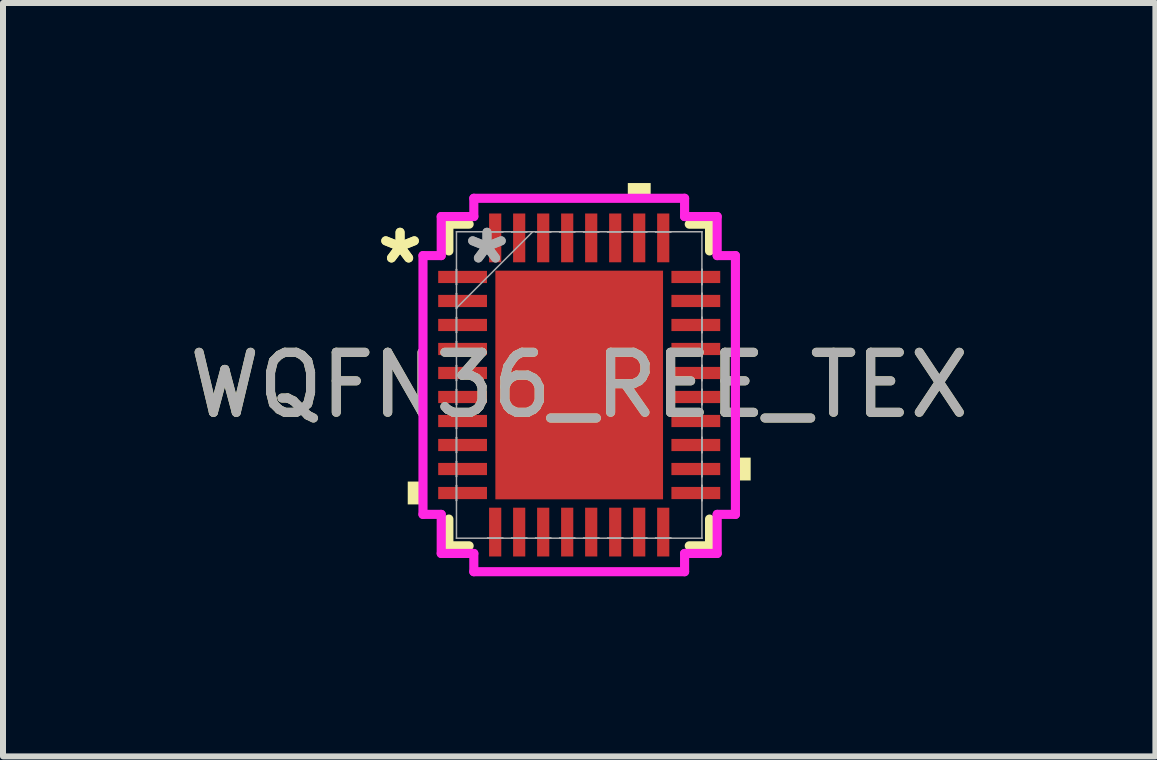
<source format=kicad_pcb>
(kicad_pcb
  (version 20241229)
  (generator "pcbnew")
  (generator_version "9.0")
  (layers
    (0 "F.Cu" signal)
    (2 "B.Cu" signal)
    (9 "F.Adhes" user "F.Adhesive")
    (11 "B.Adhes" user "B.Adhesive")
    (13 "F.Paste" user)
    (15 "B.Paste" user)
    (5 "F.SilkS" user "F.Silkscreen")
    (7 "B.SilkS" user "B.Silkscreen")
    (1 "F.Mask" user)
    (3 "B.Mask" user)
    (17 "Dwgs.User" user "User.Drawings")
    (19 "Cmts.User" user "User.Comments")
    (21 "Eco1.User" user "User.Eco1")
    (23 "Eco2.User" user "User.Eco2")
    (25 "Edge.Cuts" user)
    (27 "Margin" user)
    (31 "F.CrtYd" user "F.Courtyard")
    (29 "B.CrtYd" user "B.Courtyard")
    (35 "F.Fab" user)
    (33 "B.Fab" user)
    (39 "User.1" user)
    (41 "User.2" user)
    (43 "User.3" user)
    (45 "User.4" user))
  (footprint "WQFN36_REE_TEX"
    (layer "F.Cu")
    (at 6.601 3.365)
    (property "Reference" "WQFN36_REE_TEX" (at 0 0 0) (unlocked yes) (layer "F.SilkS") (effects (font (size 1 1) (thickness 0.15))))
    (attr smd)
    (fp_line (start -2.172 -2.68) (end -2.172 -2.234) (stroke (width 0.152) (type solid)) (layer "F.SilkS"))
    (fp_line (start -2.172 2.234) (end -2.172 2.68) (stroke (width 0.152) (type solid)) (layer "F.SilkS"))
    (fp_line (start -2.172 2.68) (end -1.834 2.68) (stroke (width 0.152) (type solid)) (layer "F.SilkS"))
    (fp_line (start -1.834 -2.68) (end -2.172 -2.68) (stroke (width 0.152) (type solid)) (layer "F.SilkS"))
    (fp_line (start 1.834 2.68) (end 2.172 2.68) (stroke (width 0.152) (type solid)) (layer "F.SilkS"))
    (fp_line (start 2.172 -2.68) (end 1.834 -2.68) (stroke (width 0.152) (type solid)) (layer "F.SilkS"))
    (fp_line (start 2.172 -2.234) (end 2.172 -2.68) (stroke (width 0.152) (type solid)) (layer "F.SilkS"))
    (fp_line (start 2.172 2.68) (end 2.172 2.234) (stroke (width 0.152) (type solid)) (layer "F.SilkS"))
    (fp_poly (pts (xy -2.857 1.609) (xy -2.857 1.99) (xy -2.603 1.99) (xy -2.603 1.609)) (stroke (width 0) (type solid)) (fill yes) (layer "F.SilkS"))
    (fp_poly (pts (xy 0.81 -3.111) (xy 0.81 -3.365) (xy 1.191 -3.365) (xy 1.191 -3.111)) (stroke (width 0) (type solid)) (fill yes) (layer "F.SilkS"))
    (fp_poly (pts (xy 2.857 1.21) (xy 2.857 1.591) (xy 2.603 1.591) (xy 2.603 1.21)) (stroke (width 0) (type solid)) (fill yes) (layer "F.SilkS"))
    (fp_poly (pts (xy -1.297 -1.805) (xy -1.297 -0.735) (xy -0.1 -0.735) (xy -0.1 -1.805)) (stroke (width 0) (type solid)) (fill yes) (layer "F.Paste"))
    (fp_poly (pts (xy -1.297 -0.535) (xy -1.297 0.535) (xy -0.1 0.535) (xy -0.1 -0.535)) (stroke (width 0) (type solid)) (fill yes) (layer "F.Paste"))
    (fp_poly (pts (xy -1.297 0.735) (xy -1.297 1.805) (xy -0.1 1.805) (xy -0.1 0.735)) (stroke (width 0) (type solid)) (fill yes) (layer "F.Paste"))
    (fp_poly (pts (xy 0.1 -1.805) (xy 0.1 -0.735) (xy 1.297 -0.735) (xy 1.297 -1.805)) (stroke (width 0) (type solid)) (fill yes) (layer "F.Paste"))
    (fp_poly (pts (xy 0.1 -0.535) (xy 0.1 0.535) (xy 1.297 0.535) (xy 1.297 -0.535)) (stroke (width 0) (type solid)) (fill yes) (layer "F.Paste"))
    (fp_poly (pts (xy 0.1 0.735) (xy 0.1 1.805) (xy 1.297 1.805) (xy 1.297 0.735)) (stroke (width 0) (type solid)) (fill yes) (layer "F.Paste"))
    (fp_line (start -2.603 -2.156) (end -2.299 -2.156) (stroke (width 0.152) (type solid)) (layer "F.CrtYd"))
    (fp_line (start -2.603 2.156) (end -2.603 -2.156) (stroke (width 0.152) (type solid)) (layer "F.CrtYd"))
    (fp_line (start -2.299 -2.807) (end -1.756 -2.807) (stroke (width 0.152) (type solid)) (layer "F.CrtYd"))
    (fp_line (start -2.299 -2.156) (end -2.299 -2.807) (stroke (width 0.152) (type solid)) (layer "F.CrtYd"))
    (fp_line (start -2.299 2.156) (end -2.603 2.156) (stroke (width 0.152) (type solid)) (layer "F.CrtYd"))
    (fp_line (start -2.299 2.807) (end -2.299 2.156) (stroke (width 0.152) (type solid)) (layer "F.CrtYd"))
    (fp_line (start -1.756 -3.111) (end 1.756 -3.111) (stroke (width 0.152) (type solid)) (layer "F.CrtYd"))
    (fp_line (start -1.756 -2.807) (end -1.756 -3.111) (stroke (width 0.152) (type solid)) (layer "F.CrtYd"))
    (fp_line (start -1.756 2.807) (end -2.299 2.807) (stroke (width 0.152) (type solid)) (layer "F.CrtYd"))
    (fp_line (start -1.756 3.111) (end -1.756 2.807) (stroke (width 0.152) (type solid)) (layer "F.CrtYd"))
    (fp_line (start 1.756 -3.111) (end 1.756 -2.807) (stroke (width 0.152) (type solid)) (layer "F.CrtYd"))
    (fp_line (start 1.756 -2.807) (end 2.299 -2.807) (stroke (width 0.152) (type solid)) (layer "F.CrtYd"))
    (fp_line (start 1.756 2.807) (end 1.756 3.111) (stroke (width 0.152) (type solid)) (layer "F.CrtYd"))
    (fp_line (start 1.756 3.111) (end -1.756 3.111) (stroke (width 0.152) (type solid)) (layer "F.CrtYd"))
    (fp_line (start 2.299 -2.807) (end 2.299 -2.156) (stroke (width 0.152) (type solid)) (layer "F.CrtYd"))
    (fp_line (start 2.299 -2.156) (end 2.603 -2.156) (stroke (width 0.152) (type solid)) (layer "F.CrtYd"))
    (fp_line (start 2.299 2.156) (end 2.299 2.807) (stroke (width 0.152) (type solid)) (layer "F.CrtYd"))
    (fp_line (start 2.299 2.807) (end 1.756 2.807) (stroke (width 0.152) (type solid)) (layer "F.CrtYd"))
    (fp_line (start 2.603 -2.156) (end 2.603 2.156) (stroke (width 0.152) (type solid)) (layer "F.CrtYd"))
    (fp_line (start 2.603 2.156) (end 2.299 2.156) (stroke (width 0.152) (type solid)) (layer "F.CrtYd"))
    (fp_line (start -2.045 -2.553) (end -2.045 -2.553) (stroke (width 0.025) (type solid)) (layer "F.Fab"))
    (fp_line (start -2.045 -2.553) (end -2.045 2.553) (stroke (width 0.025) (type solid)) (layer "F.Fab"))
    (fp_line (start -2.045 -1.927) (end -2.045 -1.927) (stroke (width 0.025) (type solid)) (layer "F.Fab"))
    (fp_line (start -2.045 -1.927) (end -2.045 -1.673) (stroke (width 0.025) (type solid)) (layer "F.Fab"))
    (fp_line (start -2.045 -1.673) (end -2.045 -1.927) (stroke (width 0.025) (type solid)) (layer "F.Fab"))
    (fp_line (start -2.045 -1.673) (end -2.045 -1.673) (stroke (width 0.025) (type solid)) (layer "F.Fab"))
    (fp_line (start -2.045 -1.527) (end -2.045 -1.527) (stroke (width 0.025) (type solid)) (layer "F.Fab"))
    (fp_line (start -2.045 -1.527) (end -2.045 -1.273) (stroke (width 0.025) (type solid)) (layer "F.Fab"))
    (fp_line (start -2.045 -1.283) (end -0.775 -2.553) (stroke (width 0.025) (type solid)) (layer "F.Fab"))
    (fp_line (start -2.045 -1.273) (end -2.045 -1.527) (stroke (width 0.025) (type solid)) (layer "F.Fab"))
    (fp_line (start -2.045 -1.273) (end -2.045 -1.273) (stroke (width 0.025) (type solid)) (layer "F.Fab"))
    (fp_line (start -2.045 -1.127) (end -2.045 -1.127) (stroke (width 0.025) (type solid)) (layer "F.Fab"))
    (fp_line (start -2.045 -1.127) (end -2.045 -0.873) (stroke (width 0.025) (type solid)) (layer "F.Fab"))
    (fp_line (start -2.045 -0.873) (end -2.045 -1.127) (stroke (width 0.025) (type solid)) (layer "F.Fab"))
    (fp_line (start -2.045 -0.873) (end -2.045 -0.873) (stroke (width 0.025) (type solid)) (layer "F.Fab"))
    (fp_line (start -2.045 -0.727) (end -2.045 -0.727) (stroke (width 0.025) (type solid)) (layer "F.Fab"))
    (fp_line (start -2.045 -0.727) (end -2.045 -0.473) (stroke (width 0.025) (type solid)) (layer "F.Fab"))
    (fp_line (start -2.045 -0.473) (end -2.045 -0.727) (stroke (width 0.025) (type solid)) (layer "F.Fab"))
    (fp_line (start -2.045 -0.473) (end -2.045 -0.473) (stroke (width 0.025) (type solid)) (layer "F.Fab"))
    (fp_line (start -2.045 -0.327) (end -2.045 -0.327) (stroke (width 0.025) (type solid)) (layer "F.Fab"))
    (fp_line (start -2.045 -0.327) (end -2.045 -0.073) (stroke (width 0.025) (type solid)) (layer "F.Fab"))
    (fp_line (start -2.045 -0.073) (end -2.045 -0.327) (stroke (width 0.025) (type solid)) (layer "F.Fab"))
    (fp_line (start -2.045 -0.073) (end -2.045 -0.073) (stroke (width 0.025) (type solid)) (layer "F.Fab"))
    (fp_line (start -2.045 0.073) (end -2.045 0.073) (stroke (width 0.025) (type solid)) (layer "F.Fab"))
    (fp_line (start -2.045 0.073) (end -2.045 0.327) (stroke (width 0.025) (type solid)) (layer "F.Fab"))
    (fp_line (start -2.045 0.327) (end -2.045 0.073) (stroke (width 0.025) (type solid)) (layer "F.Fab"))
    (fp_line (start -2.045 0.327) (end -2.045 0.327) (stroke (width 0.025) (type solid)) (layer "F.Fab"))
    (fp_line (start -2.045 0.473) (end -2.045 0.473) (stroke (width 0.025) (type solid)) (layer "F.Fab"))
    (fp_line (start -2.045 0.473) (end -2.045 0.727) (stroke (width 0.025) (type solid)) (layer "F.Fab"))
    (fp_line (start -2.045 0.727) (end -2.045 0.473) (stroke (width 0.025) (type solid)) (layer "F.Fab"))
    (fp_line (start -2.045 0.727) (end -2.045 0.727) (stroke (width 0.025) (type solid)) (layer "F.Fab"))
    (fp_line (start -2.045 0.873) (end -2.045 0.873) (stroke (width 0.025) (type solid)) (layer "F.Fab"))
    (fp_line (start -2.045 0.873) (end -2.045 1.127) (stroke (width 0.025) (type solid)) (layer "F.Fab"))
    (fp_line (start -2.045 1.127) (end -2.045 0.873) (stroke (width 0.025) (type solid)) (layer "F.Fab"))
    (fp_line (start -2.045 1.127) (end -2.045 1.127) (stroke (width 0.025) (type solid)) (layer "F.Fab"))
    (fp_line (start -2.045 1.273) (end -2.045 1.273) (stroke (width 0.025) (type solid)) (layer "F.Fab"))
    (fp_line (start -2.045 1.273) (end -2.045 1.527) (stroke (width 0.025) (type solid)) (layer "F.Fab"))
    (fp_line (start -2.045 1.527) (end -2.045 1.273) (stroke (width 0.025) (type solid)) (layer "F.Fab"))
    (fp_line (start -2.045 1.527) (end -2.045 1.527) (stroke (width 0.025) (type solid)) (layer "F.Fab"))
    (fp_line (start -2.045 1.673) (end -2.045 1.673) (stroke (width 0.025) (type solid)) (layer "F.Fab"))
    (fp_line (start -2.045 1.673) (end -2.045 1.927) (stroke (width 0.025) (type solid)) (layer "F.Fab"))
    (fp_line (start -2.045 1.927) (end -2.045 1.673) (stroke (width 0.025) (type solid)) (layer "F.Fab"))
    (fp_line (start -2.045 1.927) (end -2.045 1.927) (stroke (width 0.025) (type solid)) (layer "F.Fab"))
    (fp_line (start -2.045 2.553) (end -2.045 2.553) (stroke (width 0.025) (type solid)) (layer "F.Fab"))
    (fp_line (start -2.045 2.553) (end 2.045 2.553) (stroke (width 0.025) (type solid)) (layer "F.Fab"))
    (fp_line (start -1.527 -2.553) (end -1.527 -2.553) (stroke (width 0.025) (type solid)) (layer "F.Fab"))
    (fp_line (start -1.527 -2.553) (end -1.273 -2.553) (stroke (width 0.025) (type solid)) (layer "F.Fab"))
    (fp_line (start -1.527 2.553) (end -1.527 2.553) (stroke (width 0.025) (type solid)) (layer "F.Fab"))
    (fp_line (start -1.527 2.553) (end -1.273 2.553) (stroke (width 0.025) (type solid)) (layer "F.Fab"))
    (fp_line (start -1.273 -2.553) (end -1.527 -2.553) (stroke (width 0.025) (type solid)) (layer "F.Fab"))
    (fp_line (start -1.273 -2.553) (end -1.273 -2.553) (stroke (width 0.025) (type solid)) (layer "F.Fab"))
    (fp_line (start -1.273 2.553) (end -1.527 2.553) (stroke (width 0.025) (type solid)) (layer "F.Fab"))
    (fp_line (start -1.273 2.553) (end -1.273 2.553) (stroke (width 0.025) (type solid)) (layer "F.Fab"))
    (fp_line (start -1.127 -2.553) (end -1.127 -2.553) (stroke (width 0.025) (type solid)) (layer "F.Fab"))
    (fp_line (start -1.127 -2.553) (end -0.873 -2.553) (stroke (width 0.025) (type solid)) (layer "F.Fab"))
    (fp_line (start -1.127 2.553) (end -1.127 2.553) (stroke (width 0.025) (type solid)) (layer "F.Fab"))
    (fp_line (start -1.127 2.553) (end -0.873 2.553) (stroke (width 0.025) (type solid)) (layer "F.Fab"))
    (fp_line (start -0.873 -2.553) (end -1.127 -2.553) (stroke (width 0.025) (type solid)) (layer "F.Fab"))
    (fp_line (start -0.873 -2.553) (end -0.873 -2.553) (stroke (width 0.025) (type solid)) (layer "F.Fab"))
    (fp_line (start -0.873 2.553) (end -1.127 2.553) (stroke (width 0.025) (type solid)) (layer "F.Fab"))
    (fp_line (start -0.873 2.553) (end -0.873 2.553) (stroke (width 0.025) (type solid)) (layer "F.Fab"))
    (fp_line (start -0.727 -2.553) (end -0.727 -2.553) (stroke (width 0.025) (type solid)) (layer "F.Fab"))
    (fp_line (start -0.727 -2.553) (end -0.473 -2.553) (stroke (width 0.025) (type solid)) (layer "F.Fab"))
    (fp_line (start -0.727 2.553) (end -0.727 2.553) (stroke (width 0.025) (type solid)) (layer "F.Fab"))
    (fp_line (start -0.727 2.553) (end -0.473 2.553) (stroke (width 0.025) (type solid)) (layer "F.Fab"))
    (fp_line (start -0.473 -2.553) (end -0.727 -2.553) (stroke (width 0.025) (type solid)) (layer "F.Fab"))
    (fp_line (start -0.473 -2.553) (end -0.473 -2.553) (stroke (width 0.025) (type solid)) (layer "F.Fab"))
    (fp_line (start -0.473 2.553) (end -0.727 2.553) (stroke (width 0.025) (type solid)) (layer "F.Fab"))
    (fp_line (start -0.473 2.553) (end -0.473 2.553) (stroke (width 0.025) (type solid)) (layer "F.Fab"))
    (fp_line (start -0.327 -2.553) (end -0.327 -2.553) (stroke (width 0.025) (type solid)) (layer "F.Fab"))
    (fp_line (start -0.327 -2.553) (end -0.073 -2.553) (stroke (width 0.025) (type solid)) (layer "F.Fab"))
    (fp_line (start -0.327 2.553) (end -0.327 2.553) (stroke (width 0.025) (type solid)) (layer "F.Fab"))
    (fp_line (start -0.327 2.553) (end -0.073 2.553) (stroke (width 0.025) (type solid)) (layer "F.Fab"))
    (fp_line (start -0.073 -2.553) (end -0.327 -2.553) (stroke (width 0.025) (type solid)) (layer "F.Fab"))
    (fp_line (start -0.073 -2.553) (end -0.073 -2.553) (stroke (width 0.025) (type solid)) (layer "F.Fab"))
    (fp_line (start -0.073 2.553) (end -0.327 2.553) (stroke (width 0.025) (type solid)) (layer "F.Fab"))
    (fp_line (start -0.073 2.553) (end -0.073 2.553) (stroke (width 0.025) (type solid)) (layer "F.Fab"))
    (fp_line (start 0.073 -2.553) (end 0.073 -2.553) (stroke (width 0.025) (type solid)) (layer "F.Fab"))
    (fp_line (start 0.073 -2.553) (end 0.327 -2.553) (stroke (width 0.025) (type solid)) (layer "F.Fab"))
    (fp_line (start 0.073 2.553) (end 0.073 2.553) (stroke (width 0.025) (type solid)) (layer "F.Fab"))
    (fp_line (start 0.073 2.553) (end 0.327 2.553) (stroke (width 0.025) (type solid)) (layer "F.Fab"))
    (fp_line (start 0.327 -2.553) (end 0.073 -2.553) (stroke (width 0.025) (type solid)) (layer "F.Fab"))
    (fp_line (start 0.327 -2.553) (end 0.327 -2.553) (stroke (width 0.025) (type solid)) (layer "F.Fab"))
    (fp_line (start 0.327 2.553) (end 0.073 2.553) (stroke (width 0.025) (type solid)) (layer "F.Fab"))
    (fp_line (start 0.327 2.553) (end 0.327 2.553) (stroke (width 0.025) (type solid)) (layer "F.Fab"))
    (fp_line (start 0.473 -2.553) (end 0.473 -2.553) (stroke (width 0.025) (type solid)) (layer "F.Fab"))
    (fp_line (start 0.473 -2.553) (end 0.727 -2.553) (stroke (width 0.025) (type solid)) (layer "F.Fab"))
    (fp_line (start 0.473 2.553) (end 0.473 2.553) (stroke (width 0.025) (type solid)) (layer "F.Fab"))
    (fp_line (start 0.473 2.553) (end 0.727 2.553) (stroke (width 0.025) (type solid)) (layer "F.Fab"))
    (fp_line (start 0.727 -2.553) (end 0.473 -2.553) (stroke (width 0.025) (type solid)) (layer "F.Fab"))
    (fp_line (start 0.727 -2.553) (end 0.727 -2.553) (stroke (width 0.025) (type solid)) (layer "F.Fab"))
    (fp_line (start 0.727 2.553) (end 0.473 2.553) (stroke (width 0.025) (type solid)) (layer "F.Fab"))
    (fp_line (start 0.727 2.553) (end 0.727 2.553) (stroke (width 0.025) (type solid)) (layer "F.Fab"))
    (fp_line (start 0.873 -2.553) (end 0.873 -2.553) (stroke (width 0.025) (type solid)) (layer "F.Fab"))
    (fp_line (start 0.873 -2.553) (end 1.127 -2.553) (stroke (width 0.025) (type solid)) (layer "F.Fab"))
    (fp_line (start 0.873 2.553) (end 0.873 2.553) (stroke (width 0.025) (type solid)) (layer "F.Fab"))
    (fp_line (start 0.873 2.553) (end 1.127 2.553) (stroke (width 0.025) (type solid)) (layer "F.Fab"))
    (fp_line (start 1.127 -2.553) (end 0.873 -2.553) (stroke (width 0.025) (type solid)) (layer "F.Fab"))
    (fp_line (start 1.127 -2.553) (end 1.127 -2.553) (stroke (width 0.025) (type solid)) (layer "F.Fab"))
    (fp_line (start 1.127 2.553) (end 0.873 2.553) (stroke (width 0.025) (type solid)) (layer "F.Fab"))
    (fp_line (start 1.127 2.553) (end 1.127 2.553) (stroke (width 0.025) (type solid)) (layer "F.Fab"))
    (fp_line (start 1.273 -2.553) (end 1.273 -2.553) (stroke (width 0.025) (type solid)) (layer "F.Fab"))
    (fp_line (start 1.273 -2.553) (end 1.527 -2.553) (stroke (width 0.025) (type solid)) (layer "F.Fab"))
    (fp_line (start 1.273 2.553) (end 1.273 2.553) (stroke (width 0.025) (type solid)) (layer "F.Fab"))
    (fp_line (start 1.273 2.553) (end 1.527 2.553) (stroke (width 0.025) (type solid)) (layer "F.Fab"))
    (fp_line (start 1.527 -2.553) (end 1.273 -2.553) (stroke (width 0.025) (type solid)) (layer "F.Fab"))
    (fp_line (start 1.527 -2.553) (end 1.527 -2.553) (stroke (width 0.025) (type solid)) (layer "F.Fab"))
    (fp_line (start 1.527 2.553) (end 1.273 2.553) (stroke (width 0.025) (type solid)) (layer "F.Fab"))
    (fp_line (start 1.527 2.553) (end 1.527 2.553) (stroke (width 0.025) (type solid)) (layer "F.Fab"))
    (fp_line (start 2.045 -2.553) (end -2.045 -2.553) (stroke (width 0.025) (type solid)) (layer "F.Fab"))
    (fp_line (start 2.045 -2.553) (end 2.045 -2.553) (stroke (width 0.025) (type solid)) (layer "F.Fab"))
    (fp_line (start 2.045 -1.927) (end 2.045 -1.927) (stroke (width 0.025) (type solid)) (layer "F.Fab"))
    (fp_line (start 2.045 -1.927) (end 2.045 -1.673) (stroke (width 0.025) (type solid)) (layer "F.Fab"))
    (fp_line (start 2.045 -1.673) (end 2.045 -1.927) (stroke (width 0.025) (type solid)) (layer "F.Fab"))
    (fp_line (start 2.045 -1.673) (end 2.045 -1.673) (stroke (width 0.025) (type solid)) (layer "F.Fab"))
    (fp_line (start 2.045 -1.527) (end 2.045 -1.527) (stroke (width 0.025) (type solid)) (layer "F.Fab"))
    (fp_line (start 2.045 -1.527) (end 2.045 -1.273) (stroke (width 0.025) (type solid)) (layer "F.Fab"))
    (fp_line (start 2.045 -1.273) (end 2.045 -1.527) (stroke (width 0.025) (type solid)) (layer "F.Fab"))
    (fp_line (start 2.045 -1.273) (end 2.045 -1.273) (stroke (width 0.025) (type solid)) (layer "F.Fab"))
    (fp_line (start 2.045 -1.127) (end 2.045 -1.127) (stroke (width 0.025) (type solid)) (layer "F.Fab"))
    (fp_line (start 2.045 -1.127) (end 2.045 -0.873) (stroke (width 0.025) (type solid)) (layer "F.Fab"))
    (fp_line (start 2.045 -0.873) (end 2.045 -1.127) (stroke (width 0.025) (type solid)) (layer "F.Fab"))
    (fp_line (start 2.045 -0.873) (end 2.045 -0.873) (stroke (width 0.025) (type solid)) (layer "F.Fab"))
    (fp_line (start 2.045 -0.727) (end 2.045 -0.727) (stroke (width 0.025) (type solid)) (layer "F.Fab"))
    (fp_line (start 2.045 -0.727) (end 2.045 -0.473) (stroke (width 0.025) (type solid)) (layer "F.Fab"))
    (fp_line (start 2.045 -0.473) (end 2.045 -0.727) (stroke (width 0.025) (type solid)) (layer "F.Fab"))
    (fp_line (start 2.045 -0.473) (end 2.045 -0.473) (stroke (width 0.025) (type solid)) (layer "F.Fab"))
    (fp_line (start 2.045 -0.327) (end 2.045 -0.327) (stroke (width 0.025) (type solid)) (layer "F.Fab"))
    (fp_line (start 2.045 -0.327) (end 2.045 -0.073) (stroke (width 0.025) (type solid)) (layer "F.Fab"))
    (fp_line (start 2.045 -0.073) (end 2.045 -0.327) (stroke (width 0.025) (type solid)) (layer "F.Fab"))
    (fp_line (start 2.045 -0.073) (end 2.045 -0.073) (stroke (width 0.025) (type solid)) (layer "F.Fab"))
    (fp_line (start 2.045 0.073) (end 2.045 0.073) (stroke (width 0.025) (type solid)) (layer "F.Fab"))
    (fp_line (start 2.045 0.073) (end 2.045 0.327) (stroke (width 0.025) (type solid)) (layer "F.Fab"))
    (fp_line (start 2.045 0.327) (end 2.045 0.073) (stroke (width 0.025) (type solid)) (layer "F.Fab"))
    (fp_line (start 2.045 0.327) (end 2.045 0.327) (stroke (width 0.025) (type solid)) (layer "F.Fab"))
    (fp_line (start 2.045 0.473) (end 2.045 0.473) (stroke (width 0.025) (type solid)) (layer "F.Fab"))
    (fp_line (start 2.045 0.473) (end 2.045 0.727) (stroke (width 0.025) (type solid)) (layer "F.Fab"))
    (fp_line (start 2.045 0.727) (end 2.045 0.473) (stroke (width 0.025) (type solid)) (layer "F.Fab"))
    (fp_line (start 2.045 0.727) (end 2.045 0.727) (stroke (width 0.025) (type solid)) (layer "F.Fab"))
    (fp_line (start 2.045 0.873) (end 2.045 0.873) (stroke (width 0.025) (type solid)) (layer "F.Fab"))
    (fp_line (start 2.045 0.873) (end 2.045 1.127) (stroke (width 0.025) (type solid)) (layer "F.Fab"))
    (fp_line (start 2.045 1.127) (end 2.045 0.873) (stroke (width 0.025) (type solid)) (layer "F.Fab"))
    (fp_line (start 2.045 1.127) (end 2.045 1.127) (stroke (width 0.025) (type solid)) (layer "F.Fab"))
    (fp_line (start 2.045 1.273) (end 2.045 1.273) (stroke (width 0.025) (type solid)) (layer "F.Fab"))
    (fp_line (start 2.045 1.273) (end 2.045 1.527) (stroke (width 0.025) (type solid)) (layer "F.Fab"))
    (fp_line (start 2.045 1.527) (end 2.045 1.273) (stroke (width 0.025) (type solid)) (layer "F.Fab"))
    (fp_line (start 2.045 1.527) (end 2.045 1.527) (stroke (width 0.025) (type solid)) (layer "F.Fab"))
    (fp_line (start 2.045 1.673) (end 2.045 1.673) (stroke (width 0.025) (type solid)) (layer "F.Fab"))
    (fp_line (start 2.045 1.673) (end 2.045 1.927) (stroke (width 0.025) (type solid)) (layer "F.Fab"))
    (fp_line (start 2.045 1.927) (end 2.045 1.673) (stroke (width 0.025) (type solid)) (layer "F.Fab"))
    (fp_line (start 2.045 1.927) (end 2.045 1.927) (stroke (width 0.025) (type solid)) (layer "F.Fab"))
    (fp_line (start 2.045 2.553) (end 2.045 -2.553) (stroke (width 0.025) (type solid)) (layer "F.Fab"))
    (fp_line (start 2.045 2.553) (end 2.045 2.553) (stroke (width 0.025) (type solid)) (layer "F.Fab"))
    (fp_text user "*" (at -2.985 -2 0) (layer "F.SilkS") (effects (font (size 1 1) (thickness 0.15))))
    (fp_text user "*" (at -2.985 -2 0) (unlocked yes) (layer "F.SilkS") (effects (font (size 1 1) (thickness 0.15))))
    (fp_text user "${REFERENCE}" (at 0 0 0) (unlocked yes) (layer "F.Fab") (effects (font (size 1 1) (thickness 0.15))))
    (fp_text user "*" (at -1.537 -2 0) (layer "F.Fab") (effects (font (size 1 1) (thickness 0.15))))
    (fp_text user "*" (at -1.537 -2 0) (unlocked yes) (layer "F.Fab") (effects (font (size 1 1) (thickness 0.15))))
    (pad "1" smd rect (at -1.943 -1.8 90) (size 0.203 0.813) (layers "F.Cu" "F.Mask" "F.Paste"))
    (pad "2" smd rect (at -1.943 -1.4 90) (size 0.203 0.813) (layers "F.Cu" "F.Mask" "F.Paste"))
    (pad "3" smd rect (at -1.943 -1 90) (size 0.203 0.813) (layers "F.Cu" "F.Mask" "F.Paste"))
    (pad "4" smd rect (at -1.943 -0.6 90) (size 0.203 0.813) (layers "F.Cu" "F.Mask" "F.Paste"))
    (pad "5" smd rect (at -1.943 -0.2 90) (size 0.203 0.813) (layers "F.Cu" "F.Mask" "F.Paste"))
    (pad "6" smd rect (at -1.943 0.2 90) (size 0.203 0.813) (layers "F.Cu" "F.Mask" "F.Paste"))
    (pad "7" smd rect (at -1.943 0.6 90) (size 0.203 0.813) (layers "F.Cu" "F.Mask" "F.Paste"))
    (pad "8" smd rect (at -1.943 1 90) (size 0.203 0.813) (layers "F.Cu" "F.Mask" "F.Paste"))
    (pad "9" smd rect (at -1.943 1.4 90) (size 0.203 0.813) (layers "F.Cu" "F.Mask" "F.Paste"))
    (pad "10" smd rect (at -1.943 1.8 90) (size 0.203 0.813) (layers "F.Cu" "F.Mask" "F.Paste"))
    (pad "11" smd rect (at -1.4 2.451) (size 0.203 0.813) (layers "F.Cu" "F.Mask" "F.Paste"))
    (pad "12" smd rect (at -1 2.451) (size 0.203 0.813) (layers "F.Cu" "F.Mask" "F.Paste"))
    (pad "13" smd rect (at -0.6 2.451) (size 0.203 0.813) (layers "F.Cu" "F.Mask" "F.Paste"))
    (pad "14" smd rect (at -0.2 2.451) (size 0.203 0.813) (layers "F.Cu" "F.Mask" "F.Paste"))
    (pad "15" smd rect (at 0.2 2.451) (size 0.203 0.813) (layers "F.Cu" "F.Mask" "F.Paste"))
    (pad "16" smd rect (at 0.6 2.451) (size 0.203 0.813) (layers "F.Cu" "F.Mask" "F.Paste"))
    (pad "17" smd rect (at 1 2.451) (size 0.203 0.813) (layers "F.Cu" "F.Mask" "F.Paste"))
    (pad "18" smd rect (at 1.4 2.451) (size 0.203 0.813) (layers "F.Cu" "F.Mask" "F.Paste"))
    (pad "19" smd rect (at 1.943 1.8 90) (size 0.203 0.813) (layers "F.Cu" "F.Mask" "F.Paste"))
    (pad "20" smd rect (at 1.943 1.4 90) (size 0.203 0.813) (layers "F.Cu" "F.Mask" "F.Paste"))
    (pad "21" smd rect (at 1.943 1 90) (size 0.203 0.813) (layers "F.Cu" "F.Mask" "F.Paste"))
    (pad "22" smd rect (at 1.943 0.6 90) (size 0.203 0.813) (layers "F.Cu" "F.Mask" "F.Paste"))
    (pad "23" smd rect (at 1.943 0.2 90) (size 0.203 0.813) (layers "F.Cu" "F.Mask" "F.Paste"))
    (pad "24" smd rect (at 1.943 -0.2 90) (size 0.203 0.813) (layers "F.Cu" "F.Mask" "F.Paste"))
    (pad "25" smd rect (at 1.943 -0.6 90) (size 0.203 0.813) (layers "F.Cu" "F.Mask" "F.Paste"))
    (pad "26" smd rect (at 1.943 -1 90) (size 0.203 0.813) (layers "F.Cu" "F.Mask" "F.Paste"))
    (pad "27" smd rect (at 1.943 -1.4 90) (size 0.203 0.813) (layers "F.Cu" "F.Mask" "F.Paste"))
    (pad "28" smd rect (at 1.943 -1.8 90) (size 0.203 0.813) (layers "F.Cu" "F.Mask" "F.Paste"))
    (pad "29" smd rect (at 1.4 -2.451) (size 0.203 0.813) (layers "F.Cu" "F.Mask" "F.Paste"))
    (pad "30" smd rect (at 1 -2.451) (size 0.203 0.813) (layers "F.Cu" "F.Mask" "F.Paste"))
    (pad "31" smd rect (at 0.6 -2.451) (size 0.203 0.813) (layers "F.Cu" "F.Mask" "F.Paste"))
    (pad "32" smd rect (at 0.2 -2.451) (size 0.203 0.813) (layers "F.Cu" "F.Mask" "F.Paste"))
    (pad "33" smd rect (at -0.2 -2.451) (size 0.203 0.813) (layers "F.Cu" "F.Mask" "F.Paste"))
    (pad "34" smd rect (at -0.6 -2.451) (size 0.203 0.813) (layers "F.Cu" "F.Mask" "F.Paste"))
    (pad "35" smd rect (at -1 -2.451) (size 0.203 0.813) (layers "F.Cu" "F.Mask" "F.Paste"))
    (pad "36" smd rect (at -1.4 -2.451) (size 0.203 0.813) (layers "F.Cu" "F.Mask" "F.Paste"))
    (pad "37" smd rect (at 0 0) (size 2.794 3.81) (layers "F.Cu" "F.Mask" "F.Paste")))
  (gr_rect
    (start -3 -3)
    (end 16.202 9.553)
    (stroke (width 0.1) (type default))
    (fill no)
    (layer "Edge.Cuts")))
</source>
